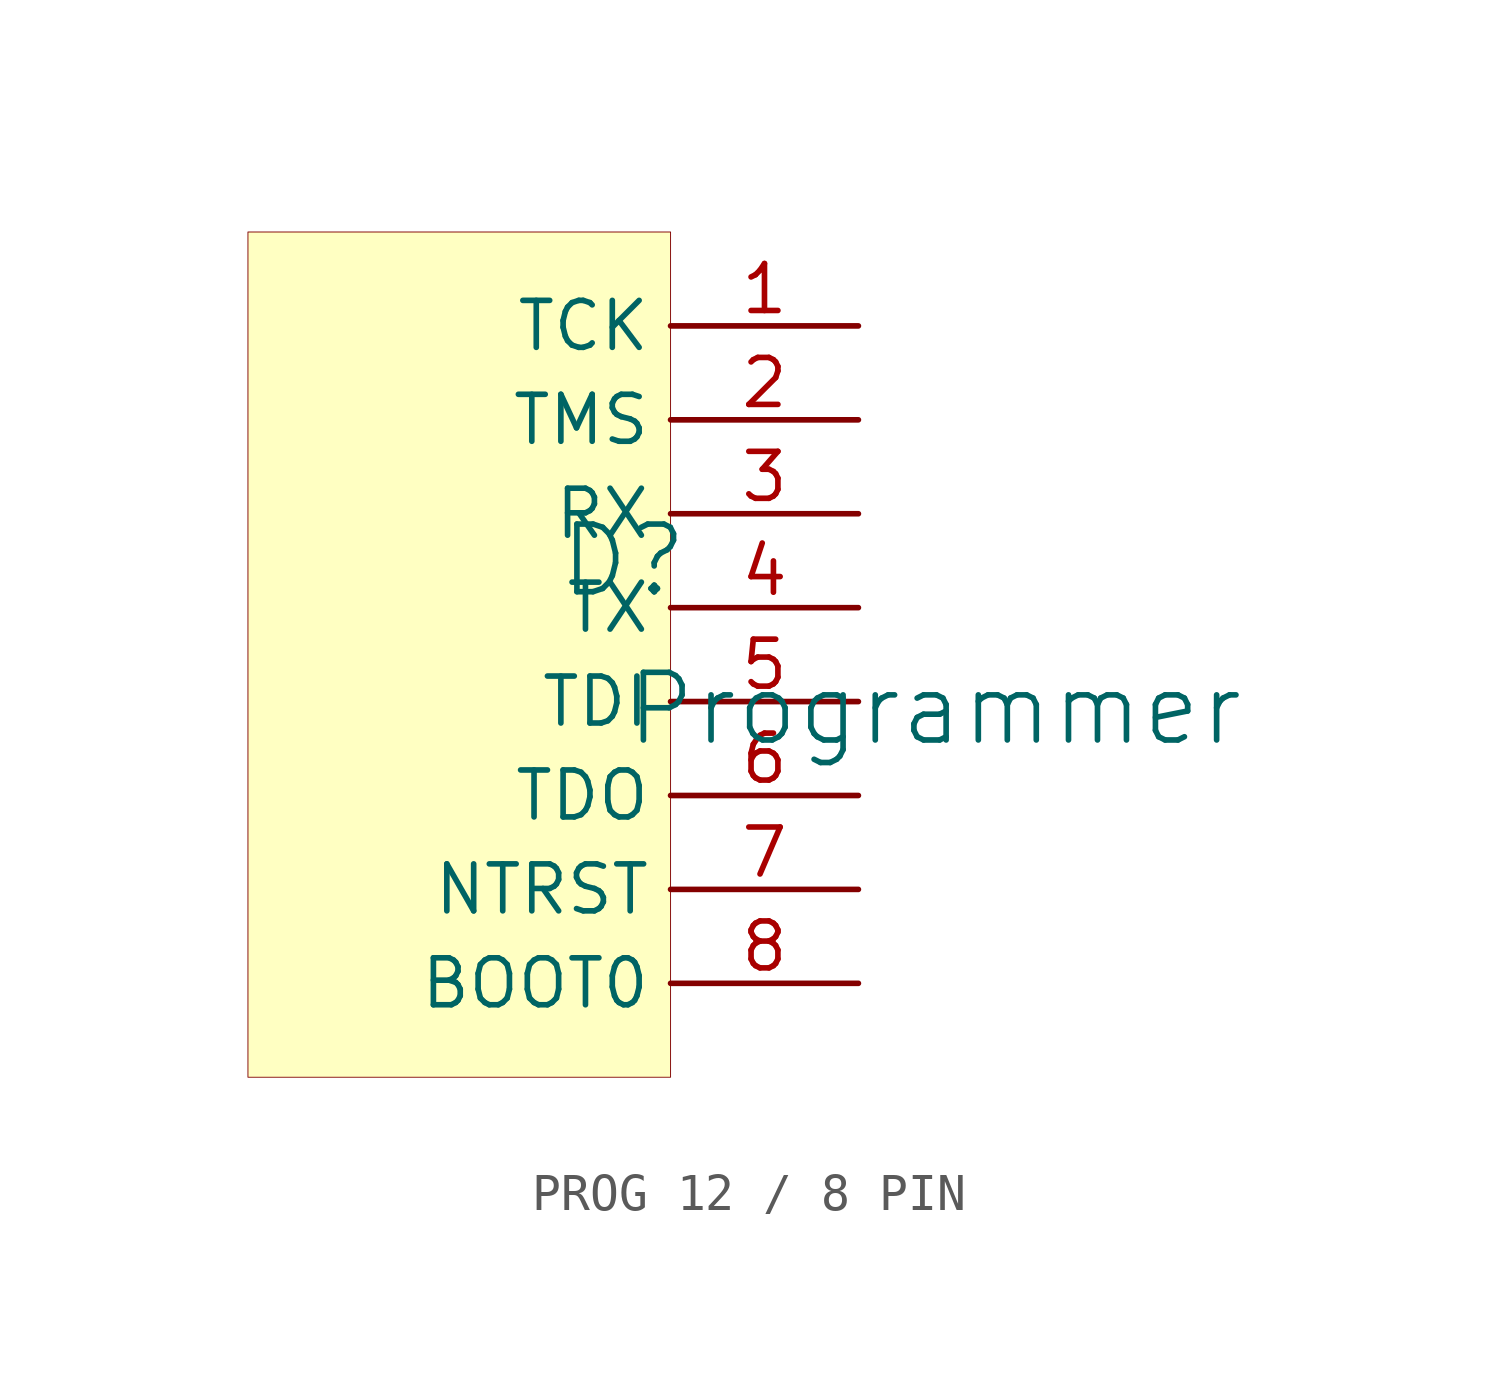
<source format=kicad_sym>
(kicad_symbol_lib
  (version 20241209)
  (generator "kicad_symbol_editor")
  (generator_version "9.0")
  (symbol "PROG 12 / 8 PIN"
    (property "Reference" "D"
      (at -1.27 1.27 0)
      (effects (font (size 1.829 1.829))))
    (property "Value" "Programmer"
      (at -1.27 -3.81 0)
      (effects (font (size 1.829 1.829)) (justify left bottom)))
    (symbol "PROG 12 / 8 PIN_1_0"
      (rectangle (start 0 10.16) (end -11.43 -12.7) (stroke (width 0.025) (type solid) (color 128 0 0 1)) (fill (type background)))
      (pin passive line (at 5.08 7.62 180) (length 5.08) (name "TCK" (effects (font (size 1.27 1.27)))) (number "1" (effects (font (size 1.27 1.27)))))
      (pin passive line (at 5.08 5.08 180) (length 5.08) (name "TMS" (effects (font (size 1.27 1.27)))) (number "2" (effects (font (size 1.27 1.27)))))
      (pin passive line (at 5.08 2.54 180) (length 5.08) (name "RX" (effects (font (size 1.27 1.27)))) (number "3" (effects (font (size 1.27 1.27)))))
      (pin passive line (at 5.08 0 180) (length 5.08) (name "TX" (effects (font (size 1.27 1.27)))) (number "4" (effects (font (size 1.27 1.27)))))
      (pin passive line (at 5.08 -2.54 180) (length 5.08) (name "TDI" (effects (font (size 1.27 1.27)))) (number "5" (effects (font (size 1.27 1.27)))))
      (pin passive line (at 5.08 -5.08 180) (length 5.08) (name "TDO" (effects (font (size 1.27 1.27)))) (number "6" (effects (font (size 1.27 1.27)))))
      (pin passive line (at 5.08 -7.62 180) (length 5.08) (name "NTRST" (effects (font (size 1.27 1.27)))) (number "7" (effects (font (size 1.27 1.27)))))
      (pin passive line (at 5.08 -10.16 180) (length 5.08) (name "BOOT0" (effects (font (size 1.27 1.27)))) (number "8" (effects (font (size 1.27 1.27))))))))
</source>
